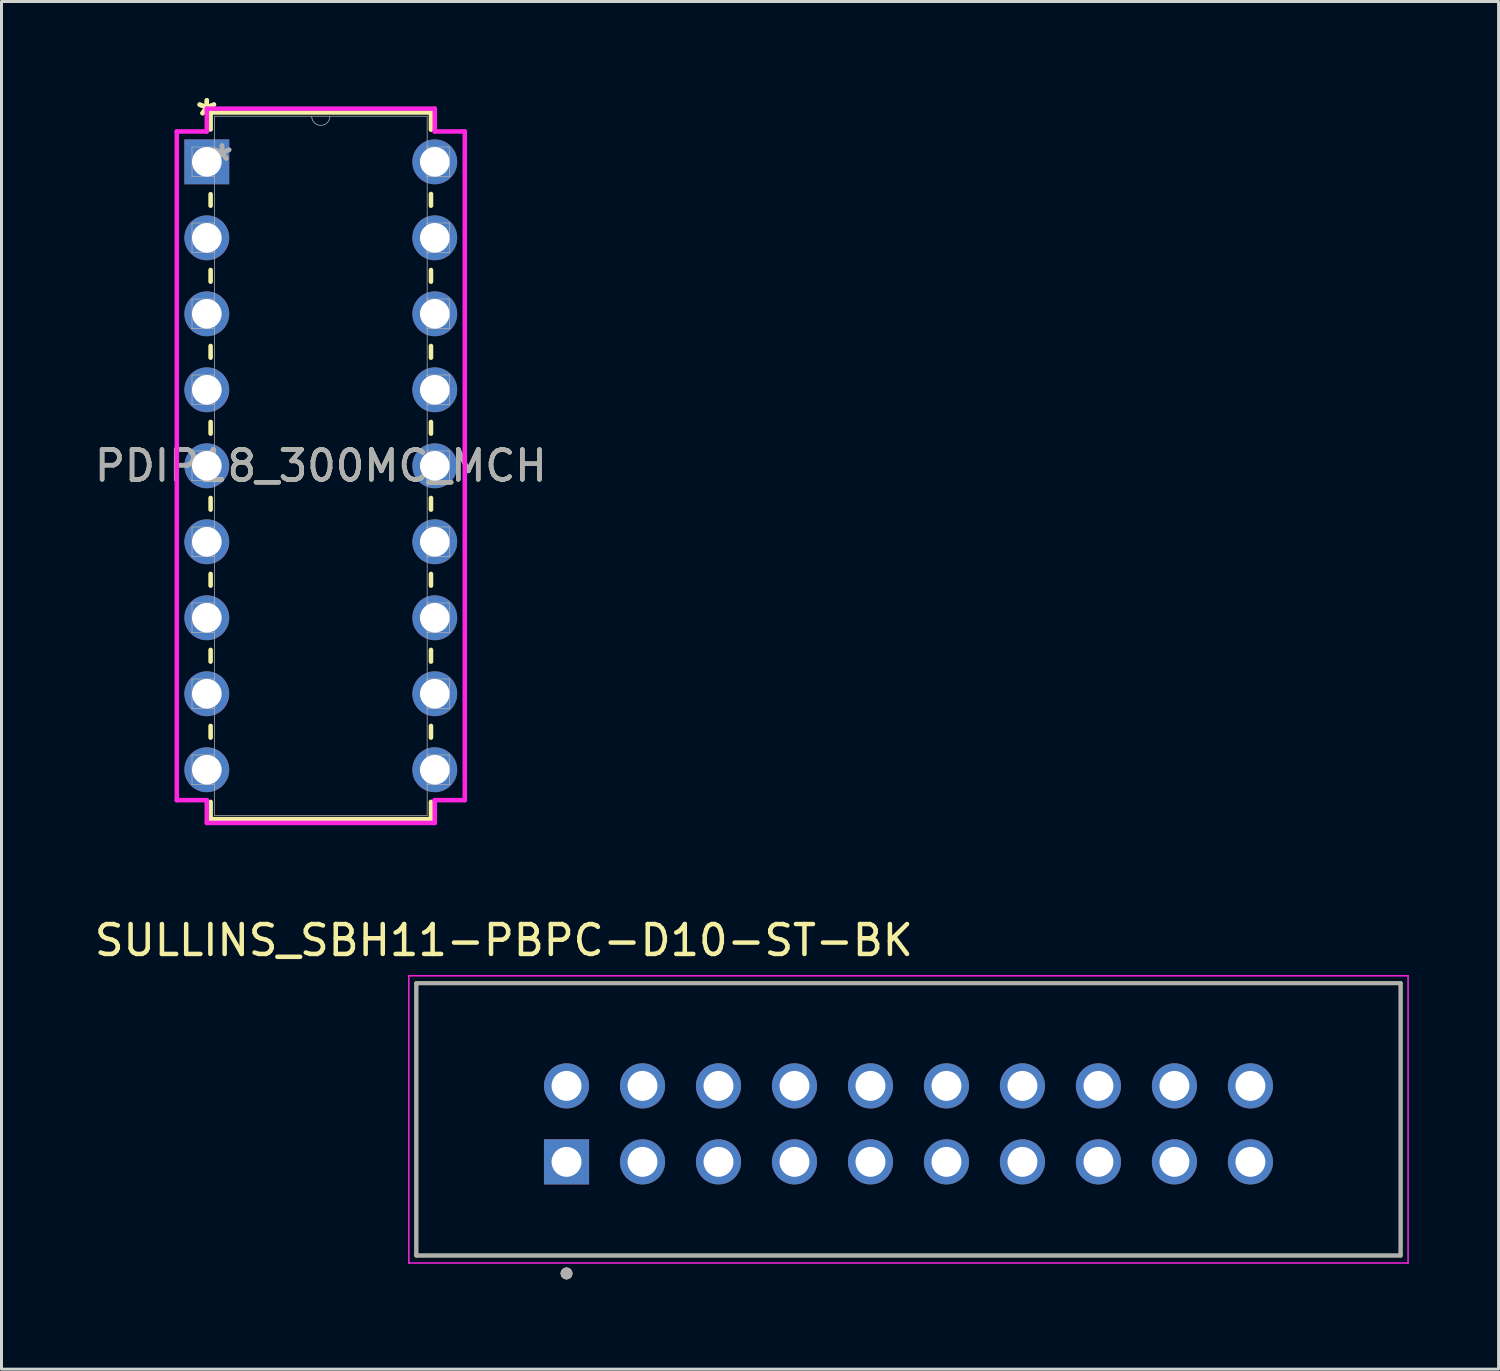
<source format=kicad_pcb>
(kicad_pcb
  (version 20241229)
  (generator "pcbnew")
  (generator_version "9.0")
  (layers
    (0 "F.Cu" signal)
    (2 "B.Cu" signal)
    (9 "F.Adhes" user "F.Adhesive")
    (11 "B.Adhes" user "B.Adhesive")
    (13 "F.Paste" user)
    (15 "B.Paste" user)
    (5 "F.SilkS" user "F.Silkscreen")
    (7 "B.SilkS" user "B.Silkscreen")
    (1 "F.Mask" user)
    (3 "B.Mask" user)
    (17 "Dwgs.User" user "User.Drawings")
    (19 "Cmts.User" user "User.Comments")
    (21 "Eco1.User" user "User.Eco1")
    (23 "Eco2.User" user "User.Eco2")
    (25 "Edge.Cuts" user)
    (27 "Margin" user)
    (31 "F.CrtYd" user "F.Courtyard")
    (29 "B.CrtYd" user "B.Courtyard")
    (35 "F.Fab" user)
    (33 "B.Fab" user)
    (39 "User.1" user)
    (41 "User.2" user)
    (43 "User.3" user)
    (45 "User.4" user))
  (footprint "SULLINS_SBH11-PBPC-D10-ST-BK"
    (layer "F.Cu")
    (at 27.317 34.517)
    (property "Reference" "SULLINS_SBH11-PBPC-D10-ST-BK" (at -13.525 -6.135 0) (layer "F.SilkS") (effects (font (size 1 1) (thickness 0.15))))
    (attr through_hole)
    (fp_line (start -16.45 -4.7) (end 16.45 -4.7) (stroke (width 0.127) (type solid)) (layer "F.SilkS"))
    (fp_line (start -16.45 4.4) (end -16.45 -4.7) (stroke (width 0.127) (type solid)) (layer "F.SilkS"))
    (fp_line (start 16.45 -4.7) (end 16.45 4.4) (stroke (width 0.127) (type solid)) (layer "F.SilkS"))
    (fp_line (start 16.45 4.4) (end -16.45 4.4) (stroke (width 0.127) (type solid)) (layer "F.SilkS"))
    (fp_circle (center -11.43 5) (end -11.33 5) (stroke (width 0.2) (type solid)) (fill no) (layer "F.SilkS"))
    (fp_line (start -16.7 -4.95) (end 16.7 -4.95) (stroke (width 0.05) (type solid)) (layer "F.CrtYd"))
    (fp_line (start -16.7 4.65) (end -16.7 -4.95) (stroke (width 0.05) (type solid)) (layer "F.CrtYd"))
    (fp_line (start 16.7 -4.95) (end 16.7 4.65) (stroke (width 0.05) (type solid)) (layer "F.CrtYd"))
    (fp_line (start 16.7 4.65) (end -16.7 4.65) (stroke (width 0.05) (type solid)) (layer "F.CrtYd"))
    (fp_line (start -16.45 -4.7) (end 16.45 -4.7) (stroke (width 0.127) (type solid)) (layer "F.Fab"))
    (fp_line (start -16.45 4.4) (end -16.45 -4.7) (stroke (width 0.127) (type solid)) (layer "F.Fab"))
    (fp_line (start 16.45 -4.7) (end 16.45 4.4) (stroke (width 0.127) (type solid)) (layer "F.Fab"))
    (fp_line (start 16.45 4.4) (end -16.45 4.4) (stroke (width 0.127) (type solid)) (layer "F.Fab"))
    (fp_circle (center -11.43 5) (end -11.33 5) (stroke (width 0.2) (type solid)) (fill no) (layer "F.Fab"))
    (pad "1" thru_hole rect (at -11.43 1.27) (size 1.508 1.508) (drill 1) (layers "*.Cu" "*.Mask"))
    (pad "2" thru_hole circle (at -11.43 -1.27) (size 1.508 1.508) (drill 1) (layers "*.Cu" "*.Mask"))
    (pad "3" thru_hole circle (at -8.89 1.27) (size 1.508 1.508) (drill 1) (layers "*.Cu" "*.Mask"))
    (pad "4" thru_hole circle (at -8.89 -1.27) (size 1.508 1.508) (drill 1) (layers "*.Cu" "*.Mask"))
    (pad "5" thru_hole circle (at -6.35 1.27) (size 1.508 1.508) (drill 1) (layers "*.Cu" "*.Mask"))
    (pad "6" thru_hole circle (at -6.35 -1.27) (size 1.508 1.508) (drill 1) (layers "*.Cu" "*.Mask"))
    (pad "7" thru_hole circle (at -3.81 1.27) (size 1.508 1.508) (drill 1) (layers "*.Cu" "*.Mask"))
    (pad "8" thru_hole circle (at -3.81 -1.27) (size 1.508 1.508) (drill 1) (layers "*.Cu" "*.Mask"))
    (pad "9" thru_hole circle (at -1.27 1.27) (size 1.508 1.508) (drill 1) (layers "*.Cu" "*.Mask"))
    (pad "10" thru_hole circle (at -1.27 -1.27) (size 1.508 1.508) (drill 1) (layers "*.Cu" "*.Mask"))
    (pad "11" thru_hole circle (at 1.27 1.27) (size 1.508 1.508) (drill 1) (layers "*.Cu" "*.Mask"))
    (pad "12" thru_hole circle (at 1.27 -1.27) (size 1.508 1.508) (drill 1) (layers "*.Cu" "*.Mask"))
    (pad "13" thru_hole circle (at 3.81 1.27) (size 1.508 1.508) (drill 1) (layers "*.Cu" "*.Mask"))
    (pad "14" thru_hole circle (at 3.81 -1.27) (size 1.508 1.508) (drill 1) (layers "*.Cu" "*.Mask"))
    (pad "15" thru_hole circle (at 6.35 1.27) (size 1.508 1.508) (drill 1) (layers "*.Cu" "*.Mask"))
    (pad "16" thru_hole circle (at 6.35 -1.27) (size 1.508 1.508) (drill 1) (layers "*.Cu" "*.Mask"))
    (pad "17" thru_hole circle (at 8.89 1.27) (size 1.508 1.508) (drill 1) (layers "*.Cu" "*.Mask"))
    (pad "18" thru_hole circle (at 8.89 -1.27) (size 1.508 1.508) (drill 1) (layers "*.Cu" "*.Mask"))
    (pad "19" thru_hole circle (at 11.43 1.27) (size 1.508 1.508) (drill 1) (layers "*.Cu" "*.Mask"))
    (pad "20" thru_hole circle (at 11.43 -1.27) (size 1.508 1.508) (drill 1) (layers "*.Cu" "*.Mask")))
  (footprint "PDIP18_300MC_MCH"
    (layer "F.Cu")
    (at 3.863 2.36)
    (property "Reference" "PDIP18_300MC_MCH" (at 3.81 10.16 0) (unlocked yes) (layer "F.SilkS") (effects (font (size 1 1) (thickness 0.15))))
    (attr through_hole)
    (fp_line (start 0.127 -1.651) (end 0.127 -1.082) (stroke (width 0.152) (type solid)) (layer "F.SilkS"))
    (fp_line (start 0.127 1.082) (end 0.127 1.465) (stroke (width 0.152) (type solid)) (layer "F.SilkS"))
    (fp_line (start 0.127 3.615) (end 0.127 4.005) (stroke (width 0.152) (type solid)) (layer "F.SilkS"))
    (fp_line (start 0.127 6.155) (end 0.127 6.545) (stroke (width 0.152) (type solid)) (layer "F.SilkS"))
    (fp_line (start 0.127 8.695) (end 0.127 9.085) (stroke (width 0.152) (type solid)) (layer "F.SilkS"))
    (fp_line (start 0.127 11.235) (end 0.127 11.625) (stroke (width 0.152) (type solid)) (layer "F.SilkS"))
    (fp_line (start 0.127 13.775) (end 0.127 14.165) (stroke (width 0.152) (type solid)) (layer "F.SilkS"))
    (fp_line (start 0.127 16.315) (end 0.127 16.705) (stroke (width 0.152) (type solid)) (layer "F.SilkS"))
    (fp_line (start 0.127 18.855) (end 0.127 19.245) (stroke (width 0.152) (type solid)) (layer "F.SilkS"))
    (fp_line (start 0.127 21.395) (end 0.127 21.971) (stroke (width 0.152) (type solid)) (layer "F.SilkS"))
    (fp_line (start 0.127 21.971) (end 7.493 21.971) (stroke (width 0.152) (type solid)) (layer "F.SilkS"))
    (fp_line (start 7.493 -1.651) (end 0.127 -1.651) (stroke (width 0.152) (type solid)) (layer "F.SilkS"))
    (fp_line (start 7.493 -1.075) (end 7.493 -1.651) (stroke (width 0.152) (type solid)) (layer "F.SilkS"))
    (fp_line (start 7.493 1.465) (end 7.493 1.075) (stroke (width 0.152) (type solid)) (layer "F.SilkS"))
    (fp_line (start 7.493 4.005) (end 7.493 3.615) (stroke (width 0.152) (type solid)) (layer "F.SilkS"))
    (fp_line (start 7.493 6.545) (end 7.493 6.155) (stroke (width 0.152) (type solid)) (layer "F.SilkS"))
    (fp_line (start 7.493 9.085) (end 7.493 8.695) (stroke (width 0.152) (type solid)) (layer "F.SilkS"))
    (fp_line (start 7.493 11.625) (end 7.493 11.235) (stroke (width 0.152) (type solid)) (layer "F.SilkS"))
    (fp_line (start 7.493 14.165) (end 7.493 13.775) (stroke (width 0.152) (type solid)) (layer "F.SilkS"))
    (fp_line (start 7.493 16.705) (end 7.493 16.315) (stroke (width 0.152) (type solid)) (layer "F.SilkS"))
    (fp_line (start 7.493 19.245) (end 7.493 18.855) (stroke (width 0.152) (type solid)) (layer "F.SilkS"))
    (fp_line (start 7.493 21.971) (end 7.493 21.395) (stroke (width 0.152) (type solid)) (layer "F.SilkS"))
    (fp_line (start -1.003 -1.016) (end 0 -1.016) (stroke (width 0.152) (type solid)) (layer "F.CrtYd"))
    (fp_line (start -1.003 21.336) (end -1.003 -1.016) (stroke (width 0.152) (type solid)) (layer "F.CrtYd"))
    (fp_line (start 0 -1.778) (end 7.62 -1.778) (stroke (width 0.152) (type solid)) (layer "F.CrtYd"))
    (fp_line (start 0 -1.016) (end 0 -1.778) (stroke (width 0.152) (type solid)) (layer "F.CrtYd"))
    (fp_line (start 0 21.336) (end -1.003 21.336) (stroke (width 0.152) (type solid)) (layer "F.CrtYd"))
    (fp_line (start 0 22.098) (end 0 21.336) (stroke (width 0.152) (type solid)) (layer "F.CrtYd"))
    (fp_line (start 7.62 -1.778) (end 7.62 -1.016) (stroke (width 0.152) (type solid)) (layer "F.CrtYd"))
    (fp_line (start 7.62 21.336) (end 7.62 22.098) (stroke (width 0.152) (type solid)) (layer "F.CrtYd"))
    (fp_line (start 7.62 22.098) (end 0 22.098) (stroke (width 0.152) (type solid)) (layer "F.CrtYd"))
    (fp_line (start 8.623 -1.016) (end 7.62 -1.016) (stroke (width 0.152) (type solid)) (layer "F.CrtYd"))
    (fp_line (start 8.623 -1.016) (end 8.623 21.336) (stroke (width 0.152) (type solid)) (layer "F.CrtYd"))
    (fp_line (start 8.623 21.336) (end 7.62 21.336) (stroke (width 0.152) (type solid)) (layer "F.CrtYd"))
    (fp_line (start -0.495 -0.495) (end -0.495 0.495) (stroke (width 0.025) (type solid)) (layer "F.Fab"))
    (fp_line (start -0.495 0.495) (end 0.254 0.495) (stroke (width 0.025) (type solid)) (layer "F.Fab"))
    (fp_line (start -0.495 2.045) (end -0.495 3.035) (stroke (width 0.025) (type solid)) (layer "F.Fab"))
    (fp_line (start -0.495 3.035) (end 0.254 3.035) (stroke (width 0.025) (type solid)) (layer "F.Fab"))
    (fp_line (start -0.495 4.585) (end -0.495 5.575) (stroke (width 0.025) (type solid)) (layer "F.Fab"))
    (fp_line (start -0.495 5.575) (end 0.254 5.575) (stroke (width 0.025) (type solid)) (layer "F.Fab"))
    (fp_line (start -0.495 7.125) (end -0.495 8.115) (stroke (width 0.025) (type solid)) (layer "F.Fab"))
    (fp_line (start -0.495 8.115) (end 0.254 8.115) (stroke (width 0.025) (type solid)) (layer "F.Fab"))
    (fp_line (start -0.495 9.665) (end -0.495 10.655) (stroke (width 0.025) (type solid)) (layer "F.Fab"))
    (fp_line (start -0.495 10.655) (end 0.254 10.655) (stroke (width 0.025) (type solid)) (layer "F.Fab"))
    (fp_line (start -0.495 12.205) (end -0.495 13.195) (stroke (width 0.025) (type solid)) (layer "F.Fab"))
    (fp_line (start -0.495 13.195) (end 0.254 13.195) (stroke (width 0.025) (type solid)) (layer "F.Fab"))
    (fp_line (start -0.495 14.745) (end -0.495 15.735) (stroke (width 0.025) (type solid)) (layer "F.Fab"))
    (fp_line (start -0.495 15.735) (end 0.254 15.735) (stroke (width 0.025) (type solid)) (layer "F.Fab"))
    (fp_line (start -0.495 17.285) (end -0.495 18.275) (stroke (width 0.025) (type solid)) (layer "F.Fab"))
    (fp_line (start -0.495 18.275) (end 0.254 18.275) (stroke (width 0.025) (type solid)) (layer "F.Fab"))
    (fp_line (start -0.495 19.825) (end -0.495 20.815) (stroke (width 0.025) (type solid)) (layer "F.Fab"))
    (fp_line (start -0.495 20.815) (end 0.254 20.815) (stroke (width 0.025) (type solid)) (layer "F.Fab"))
    (fp_line (start 0.254 -1.524) (end 0.254 21.844) (stroke (width 0.025) (type solid)) (layer "F.Fab"))
    (fp_line (start 0.254 -0.495) (end -0.495 -0.495) (stroke (width 0.025) (type solid)) (layer "F.Fab"))
    (fp_line (start 0.254 0.495) (end 0.254 -0.495) (stroke (width 0.025) (type solid)) (layer "F.Fab"))
    (fp_line (start 0.254 2.045) (end -0.495 2.045) (stroke (width 0.025) (type solid)) (layer "F.Fab"))
    (fp_line (start 0.254 3.035) (end 0.254 2.045) (stroke (width 0.025) (type solid)) (layer "F.Fab"))
    (fp_line (start 0.254 4.585) (end -0.495 4.585) (stroke (width 0.025) (type solid)) (layer "F.Fab"))
    (fp_line (start 0.254 5.575) (end 0.254 4.585) (stroke (width 0.025) (type solid)) (layer "F.Fab"))
    (fp_line (start 0.254 7.125) (end -0.495 7.125) (stroke (width 0.025) (type solid)) (layer "F.Fab"))
    (fp_line (start 0.254 8.115) (end 0.254 7.125) (stroke (width 0.025) (type solid)) (layer "F.Fab"))
    (fp_line (start 0.254 9.665) (end -0.495 9.665) (stroke (width 0.025) (type solid)) (layer "F.Fab"))
    (fp_line (start 0.254 10.655) (end 0.254 9.665) (stroke (width 0.025) (type solid)) (layer "F.Fab"))
    (fp_line (start 0.254 12.205) (end -0.495 12.205) (stroke (width 0.025) (type solid)) (layer "F.Fab"))
    (fp_line (start 0.254 13.195) (end 0.254 12.205) (stroke (width 0.025) (type solid)) (layer "F.Fab"))
    (fp_line (start 0.254 14.745) (end -0.495 14.745) (stroke (width 0.025) (type solid)) (layer "F.Fab"))
    (fp_line (start 0.254 15.735) (end 0.254 14.745) (stroke (width 0.025) (type solid)) (layer "F.Fab"))
    (fp_line (start 0.254 17.285) (end -0.495 17.285) (stroke (width 0.025) (type solid)) (layer "F.Fab"))
    (fp_line (start 0.254 18.275) (end 0.254 17.285) (stroke (width 0.025) (type solid)) (layer "F.Fab"))
    (fp_line (start 0.254 19.825) (end -0.495 19.825) (stroke (width 0.025) (type solid)) (layer "F.Fab"))
    (fp_line (start 0.254 20.815) (end 0.254 19.825) (stroke (width 0.025) (type solid)) (layer "F.Fab"))
    (fp_line (start 0.254 21.844) (end 7.366 21.844) (stroke (width 0.025) (type solid)) (layer "F.Fab"))
    (fp_line (start 7.366 -1.524) (end 0.254 -1.524) (stroke (width 0.025) (type solid)) (layer "F.Fab"))
    (fp_line (start 7.366 -0.495) (end 7.366 0.495) (stroke (width 0.025) (type solid)) (layer "F.Fab"))
    (fp_line (start 7.366 0.495) (end 8.115 0.495) (stroke (width 0.025) (type solid)) (layer "F.Fab"))
    (fp_line (start 7.366 2.045) (end 7.366 3.035) (stroke (width 0.025) (type solid)) (layer "F.Fab"))
    (fp_line (start 7.366 3.035) (end 8.115 3.035) (stroke (width 0.025) (type solid)) (layer "F.Fab"))
    (fp_line (start 7.366 4.585) (end 7.366 5.575) (stroke (width 0.025) (type solid)) (layer "F.Fab"))
    (fp_line (start 7.366 5.575) (end 8.115 5.575) (stroke (width 0.025) (type solid)) (layer "F.Fab"))
    (fp_line (start 7.366 7.125) (end 7.366 8.115) (stroke (width 0.025) (type solid)) (layer "F.Fab"))
    (fp_line (start 7.366 8.115) (end 8.115 8.115) (stroke (width 0.025) (type solid)) (layer "F.Fab"))
    (fp_line (start 7.366 9.665) (end 7.366 10.655) (stroke (width 0.025) (type solid)) (layer "F.Fab"))
    (fp_line (start 7.366 10.655) (end 8.115 10.655) (stroke (width 0.025) (type solid)) (layer "F.Fab"))
    (fp_line (start 7.366 12.205) (end 7.366 13.195) (stroke (width 0.025) (type solid)) (layer "F.Fab"))
    (fp_line (start 7.366 13.195) (end 8.115 13.195) (stroke (width 0.025) (type solid)) (layer "F.Fab"))
    (fp_line (start 7.366 14.745) (end 7.366 15.735) (stroke (width 0.025) (type solid)) (layer "F.Fab"))
    (fp_line (start 7.366 15.735) (end 8.115 15.735) (stroke (width 0.025) (type solid)) (layer "F.Fab"))
    (fp_line (start 7.366 17.285) (end 7.366 18.275) (stroke (width 0.025) (type solid)) (layer "F.Fab"))
    (fp_line (start 7.366 18.275) (end 8.115 18.275) (stroke (width 0.025) (type solid)) (layer "F.Fab"))
    (fp_line (start 7.366 19.825) (end 7.366 20.815) (stroke (width 0.025) (type solid)) (layer "F.Fab"))
    (fp_line (start 7.366 20.815) (end 8.115 20.815) (stroke (width 0.025) (type solid)) (layer "F.Fab"))
    (fp_line (start 7.366 21.844) (end 7.366 -1.524) (stroke (width 0.025) (type solid)) (layer "F.Fab"))
    (fp_line (start 8.115 -0.495) (end 7.366 -0.495) (stroke (width 0.025) (type solid)) (layer "F.Fab"))
    (fp_line (start 8.115 0.495) (end 8.115 -0.495) (stroke (width 0.025) (type solid)) (layer "F.Fab"))
    (fp_line (start 8.115 2.045) (end 7.366 2.045) (stroke (width 0.025) (type solid)) (layer "F.Fab"))
    (fp_line (start 8.115 3.035) (end 8.115 2.045) (stroke (width 0.025) (type solid)) (layer "F.Fab"))
    (fp_line (start 8.115 4.585) (end 7.366 4.585) (stroke (width 0.025) (type solid)) (layer "F.Fab"))
    (fp_line (start 8.115 5.575) (end 8.115 4.585) (stroke (width 0.025) (type solid)) (layer "F.Fab"))
    (fp_line (start 8.115 7.125) (end 7.366 7.125) (stroke (width 0.025) (type solid)) (layer "F.Fab"))
    (fp_line (start 8.115 8.115) (end 8.115 7.125) (stroke (width 0.025) (type solid)) (layer "F.Fab"))
    (fp_line (start 8.115 9.665) (end 7.366 9.665) (stroke (width 0.025) (type solid)) (layer "F.Fab"))
    (fp_line (start 8.115 10.655) (end 8.115 9.665) (stroke (width 0.025) (type solid)) (layer "F.Fab"))
    (fp_line (start 8.115 12.205) (end 7.366 12.205) (stroke (width 0.025) (type solid)) (layer "F.Fab"))
    (fp_line (start 8.115 13.195) (end 8.115 12.205) (stroke (width 0.025) (type solid)) (layer "F.Fab"))
    (fp_line (start 8.115 14.745) (end 7.366 14.745) (stroke (width 0.025) (type solid)) (layer "F.Fab"))
    (fp_line (start 8.115 15.735) (end 8.115 14.745) (stroke (width 0.025) (type solid)) (layer "F.Fab"))
    (fp_line (start 8.115 17.285) (end 7.366 17.285) (stroke (width 0.025) (type solid)) (layer "F.Fab"))
    (fp_line (start 8.115 18.275) (end 8.115 17.285) (stroke (width 0.025) (type solid)) (layer "F.Fab"))
    (fp_line (start 8.115 19.825) (end 7.366 19.825) (stroke (width 0.025) (type solid)) (layer "F.Fab"))
    (fp_line (start 8.115 20.815) (end 8.115 19.825) (stroke (width 0.025) (type solid)) (layer "F.Fab"))
    (fp_arc (start 4.1148 -1.524) (mid 3.81 -1.2192) (end 3.5052 -1.524) (stroke (width 0.0254) (type solid)) (layer "F.Fab"))
    (fp_text user "*" (at 0 -1.511 0) (layer "F.SilkS") (effects (font (size 1 1) (thickness 0.15))))
    (fp_text user "*" (at 0 -1.511 0) (unlocked yes) (layer "F.SilkS") (effects (font (size 1 1) (thickness 0.15))))
    (fp_text user "*" (at 0.508 0 0) (layer "F.Fab") (effects (font (size 1 1) (thickness 0.15))))
    (fp_text user "${REFERENCE}" (at 3.81 10.16 0) (unlocked yes) (layer "F.Fab") (effects (font (size 1 1) (thickness 0.15))))
    (fp_text user "*" (at 0.508 0 0) (unlocked yes) (layer "F.Fab") (effects (font (size 1 1) (thickness 0.15))))
    (pad "1" thru_hole rect (at 0 0) (size 1.499 1.499) (drill 0.991) (layers "*.Cu" "*.Mask"))
    (pad "2" thru_hole circle (at 0 2.54) (size 1.499 1.499) (drill 0.991) (layers "*.Cu" "*.Mask"))
    (pad "3" thru_hole circle (at 0 5.08) (size 1.499 1.499) (drill 0.991) (layers "*.Cu" "*.Mask"))
    (pad "4" thru_hole circle (at 0 7.62) (size 1.499 1.499) (drill 0.991) (layers "*.Cu" "*.Mask"))
    (pad "5" thru_hole circle (at 0 10.16) (size 1.499 1.499) (drill 0.991) (layers "*.Cu" "*.Mask"))
    (pad "6" thru_hole circle (at 0 12.7) (size 1.499 1.499) (drill 0.991) (layers "*.Cu" "*.Mask"))
    (pad "7" thru_hole circle (at 0 15.24) (size 1.499 1.499) (drill 0.991) (layers "*.Cu" "*.Mask"))
    (pad "8" thru_hole circle (at 0 17.78) (size 1.499 1.499) (drill 0.991) (layers "*.Cu" "*.Mask"))
    (pad "9" thru_hole circle (at 0 20.32) (size 1.499 1.499) (drill 0.991) (layers "*.Cu" "*.Mask"))
    (pad "10" thru_hole circle (at 7.62 20.32) (size 1.499 1.499) (drill 0.991) (layers "*.Cu" "*.Mask"))
    (pad "11" thru_hole circle (at 7.62 17.78) (size 1.499 1.499) (drill 0.991) (layers "*.Cu" "*.Mask"))
    (pad "12" thru_hole circle (at 7.62 15.24) (size 1.499 1.499) (drill 0.991) (layers "*.Cu" "*.Mask"))
    (pad "13" thru_hole circle (at 7.62 12.7) (size 1.499 1.499) (drill 0.991) (layers "*.Cu" "*.Mask"))
    (pad "14" thru_hole circle (at 7.62 10.16) (size 1.499 1.499) (drill 0.991) (layers "*.Cu" "*.Mask"))
    (pad "15" thru_hole circle (at 7.62 7.62) (size 1.499 1.499) (drill 0.991) (layers "*.Cu" "*.Mask"))
    (pad "16" thru_hole circle (at 7.62 5.08) (size 1.499 1.499) (drill 0.991) (layers "*.Cu" "*.Mask"))
    (pad "17" thru_hole circle (at 7.62 2.54) (size 1.499 1.499) (drill 0.991) (layers "*.Cu" "*.Mask"))
    (pad "18" thru_hole circle (at 7.62 0) (size 1.499 1.499) (drill 0.991) (layers "*.Cu" "*.Mask")))
  (gr_rect
    (start -3 -3)
    (end 47.042 42.717)
    (stroke (width 0.1) (type default))
    (fill no)
    (layer "Edge.Cuts")))
</source>
